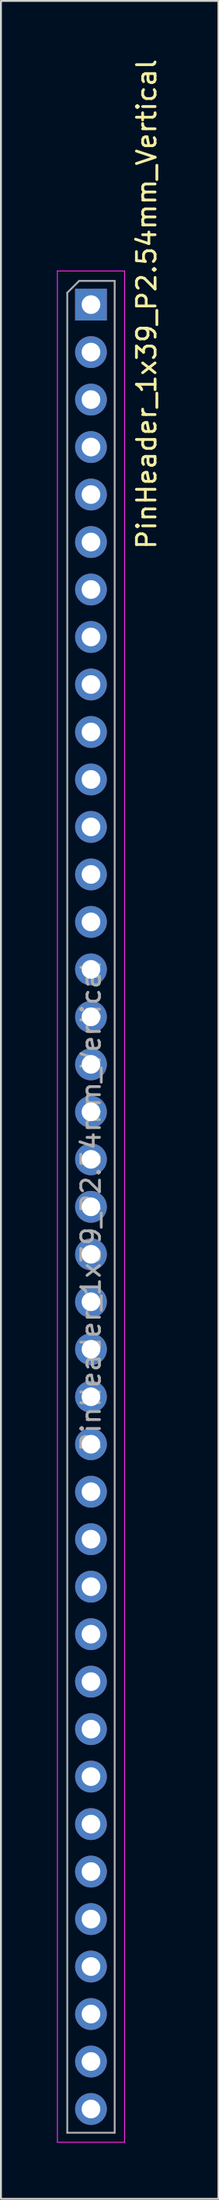
<source format=kicad_pcb>
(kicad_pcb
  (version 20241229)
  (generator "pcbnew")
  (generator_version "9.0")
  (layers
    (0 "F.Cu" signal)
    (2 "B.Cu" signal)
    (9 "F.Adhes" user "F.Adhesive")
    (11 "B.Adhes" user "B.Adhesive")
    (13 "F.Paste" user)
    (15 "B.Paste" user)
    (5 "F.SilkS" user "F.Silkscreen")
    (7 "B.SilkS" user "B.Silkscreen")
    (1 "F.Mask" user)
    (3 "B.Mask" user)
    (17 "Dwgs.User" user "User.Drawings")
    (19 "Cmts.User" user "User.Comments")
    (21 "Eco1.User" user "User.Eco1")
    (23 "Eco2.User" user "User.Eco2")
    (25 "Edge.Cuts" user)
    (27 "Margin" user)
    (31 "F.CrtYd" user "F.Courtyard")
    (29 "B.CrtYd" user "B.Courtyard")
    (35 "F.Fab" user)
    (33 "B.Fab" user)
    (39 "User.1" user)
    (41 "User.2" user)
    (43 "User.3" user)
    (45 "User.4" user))
  (footprint "PinHeader_1x39_P2.54mm_Vertical"
    (layer "F.Cu")
    (at 1.825 13.244)
    (property "Reference" "PinHeader_1x39_P2.54mm_Vertical" (at 2.98 -0.024 90) (layer "F.SilkS") (effects (font (size 1 1) (thickness 0.15))))
    (attr through_hole)
    (fp_line (start -1.8 -1.8) (end -1.8 98.3) (stroke (width 0.05) (type solid)) (layer "F.CrtYd"))
    (fp_line (start -1.8 98.3) (end 1.8 98.3) (stroke (width 0.05) (type solid)) (layer "F.CrtYd"))
    (fp_line (start 1.8 -1.8) (end -1.8 -1.8) (stroke (width 0.05) (type solid)) (layer "F.CrtYd"))
    (fp_line (start 1.8 98.3) (end 1.8 -1.8) (stroke (width 0.05) (type solid)) (layer "F.CrtYd"))
    (fp_line (start -1.27 -0.635) (end -0.635 -1.27) (stroke (width 0.1) (type solid)) (layer "F.Fab"))
    (fp_line (start -1.27 97.79) (end -1.27 -0.635) (stroke (width 0.1) (type solid)) (layer "F.Fab"))
    (fp_line (start -0.635 -1.27) (end 1.27 -1.27) (stroke (width 0.1) (type solid)) (layer "F.Fab"))
    (fp_line (start 1.27 -1.27) (end 1.27 97.79) (stroke (width 0.1) (type solid)) (layer "F.Fab"))
    (fp_line (start 1.27 97.79) (end -1.27 97.79) (stroke (width 0.1) (type solid)) (layer "F.Fab"))
    (fp_text user "${REFERENCE}" (at 0 48.26 270) (layer "F.Fab") (effects (font (size 1 1) (thickness 0.15))))
    (pad "1" thru_hole rect (at 0 0) (size 1.7 1.7) (drill 1) (layers "*.Cu" "*.Mask"))
    (pad "2" thru_hole oval (at 0 2.54) (size 1.7 1.7) (drill 1) (layers "*.Cu" "*.Mask"))
    (pad "3" thru_hole oval (at 0 5.08) (size 1.7 1.7) (drill 1) (layers "*.Cu" "*.Mask"))
    (pad "4" thru_hole oval (at 0 7.62) (size 1.7 1.7) (drill 1) (layers "*.Cu" "*.Mask"))
    (pad "5" thru_hole oval (at 0 10.16) (size 1.7 1.7) (drill 1) (layers "*.Cu" "*.Mask"))
    (pad "6" thru_hole oval (at 0 12.7) (size 1.7 1.7) (drill 1) (layers "*.Cu" "*.Mask"))
    (pad "7" thru_hole oval (at 0 15.24) (size 1.7 1.7) (drill 1) (layers "*.Cu" "*.Mask"))
    (pad "8" thru_hole oval (at 0 17.78) (size 1.7 1.7) (drill 1) (layers "*.Cu" "*.Mask"))
    (pad "9" thru_hole oval (at 0 20.32) (size 1.7 1.7) (drill 1) (layers "*.Cu" "*.Mask"))
    (pad "10" thru_hole oval (at 0 22.86) (size 1.7 1.7) (drill 1) (layers "*.Cu" "*.Mask"))
    (pad "11" thru_hole oval (at 0 25.4) (size 1.7 1.7) (drill 1) (layers "*.Cu" "*.Mask"))
    (pad "12" thru_hole oval (at 0 27.94) (size 1.7 1.7) (drill 1) (layers "*.Cu" "*.Mask"))
    (pad "13" thru_hole oval (at 0 30.48) (size 1.7 1.7) (drill 1) (layers "*.Cu" "*.Mask"))
    (pad "14" thru_hole oval (at 0 33.02) (size 1.7 1.7) (drill 1) (layers "*.Cu" "*.Mask"))
    (pad "15" thru_hole oval (at 0 35.56) (size 1.7 1.7) (drill 1) (layers "*.Cu" "*.Mask"))
    (pad "16" thru_hole oval (at 0 38.1) (size 1.7 1.7) (drill 1) (layers "*.Cu" "*.Mask"))
    (pad "17" thru_hole oval (at 0 40.64) (size 1.7 1.7) (drill 1) (layers "*.Cu" "*.Mask"))
    (pad "18" thru_hole oval (at 0 43.18) (size 1.7 1.7) (drill 1) (layers "*.Cu" "*.Mask"))
    (pad "19" thru_hole oval (at 0 45.72) (size 1.7 1.7) (drill 1) (layers "*.Cu" "*.Mask"))
    (pad "20" thru_hole oval (at 0 48.26) (size 1.7 1.7) (drill 1) (layers "*.Cu" "*.Mask"))
    (pad "21" thru_hole oval (at 0 50.8) (size 1.7 1.7) (drill 1) (layers "*.Cu" "*.Mask"))
    (pad "22" thru_hole oval (at 0 53.34) (size 1.7 1.7) (drill 1) (layers "*.Cu" "*.Mask"))
    (pad "23" thru_hole oval (at 0 55.88) (size 1.7 1.7) (drill 1) (layers "*.Cu" "*.Mask"))
    (pad "24" thru_hole oval (at 0 58.42) (size 1.7 1.7) (drill 1) (layers "*.Cu" "*.Mask"))
    (pad "25" thru_hole oval (at 0 60.96) (size 1.7 1.7) (drill 1) (layers "*.Cu" "*.Mask"))
    (pad "26" thru_hole oval (at 0 63.5) (size 1.7 1.7) (drill 1) (layers "*.Cu" "*.Mask"))
    (pad "27" thru_hole oval (at 0 66.04) (size 1.7 1.7) (drill 1) (layers "*.Cu" "*.Mask"))
    (pad "28" thru_hole oval (at 0 68.58) (size 1.7 1.7) (drill 1) (layers "*.Cu" "*.Mask"))
    (pad "29" thru_hole oval (at 0 71.12) (size 1.7 1.7) (drill 1) (layers "*.Cu" "*.Mask"))
    (pad "30" thru_hole oval (at 0 73.66) (size 1.7 1.7) (drill 1) (layers "*.Cu" "*.Mask"))
    (pad "31" thru_hole oval (at 0 76.2) (size 1.7 1.7) (drill 1) (layers "*.Cu" "*.Mask"))
    (pad "32" thru_hole oval (at 0 78.74) (size 1.7 1.7) (drill 1) (layers "*.Cu" "*.Mask"))
    (pad "33" thru_hole oval (at 0 81.28) (size 1.7 1.7) (drill 1) (layers "*.Cu" "*.Mask"))
    (pad "34" thru_hole oval (at 0 83.82) (size 1.7 1.7) (drill 1) (layers "*.Cu" "*.Mask"))
    (pad "35" thru_hole oval (at 0 86.36) (size 1.7 1.7) (drill 1) (layers "*.Cu" "*.Mask"))
    (pad "36" thru_hole oval (at 0 88.9) (size 1.7 1.7) (drill 1) (layers "*.Cu" "*.Mask"))
    (pad "37" thru_hole oval (at 0 91.44) (size 1.7 1.7) (drill 1) (layers "*.Cu" "*.Mask"))
    (pad "38" thru_hole oval (at 0 93.98) (size 1.7 1.7) (drill 1) (layers "*.Cu" "*.Mask"))
    (pad "39" thru_hole oval (at 0 96.52) (size 1.7 1.7) (drill 1) (layers "*.Cu" "*.Mask")))
  (gr_rect
    (start -3 -3)
    (end 8.653 114.569)
    (stroke (width 0.1) (type default))
    (fill no)
    (layer "Edge.Cuts")))
</source>
